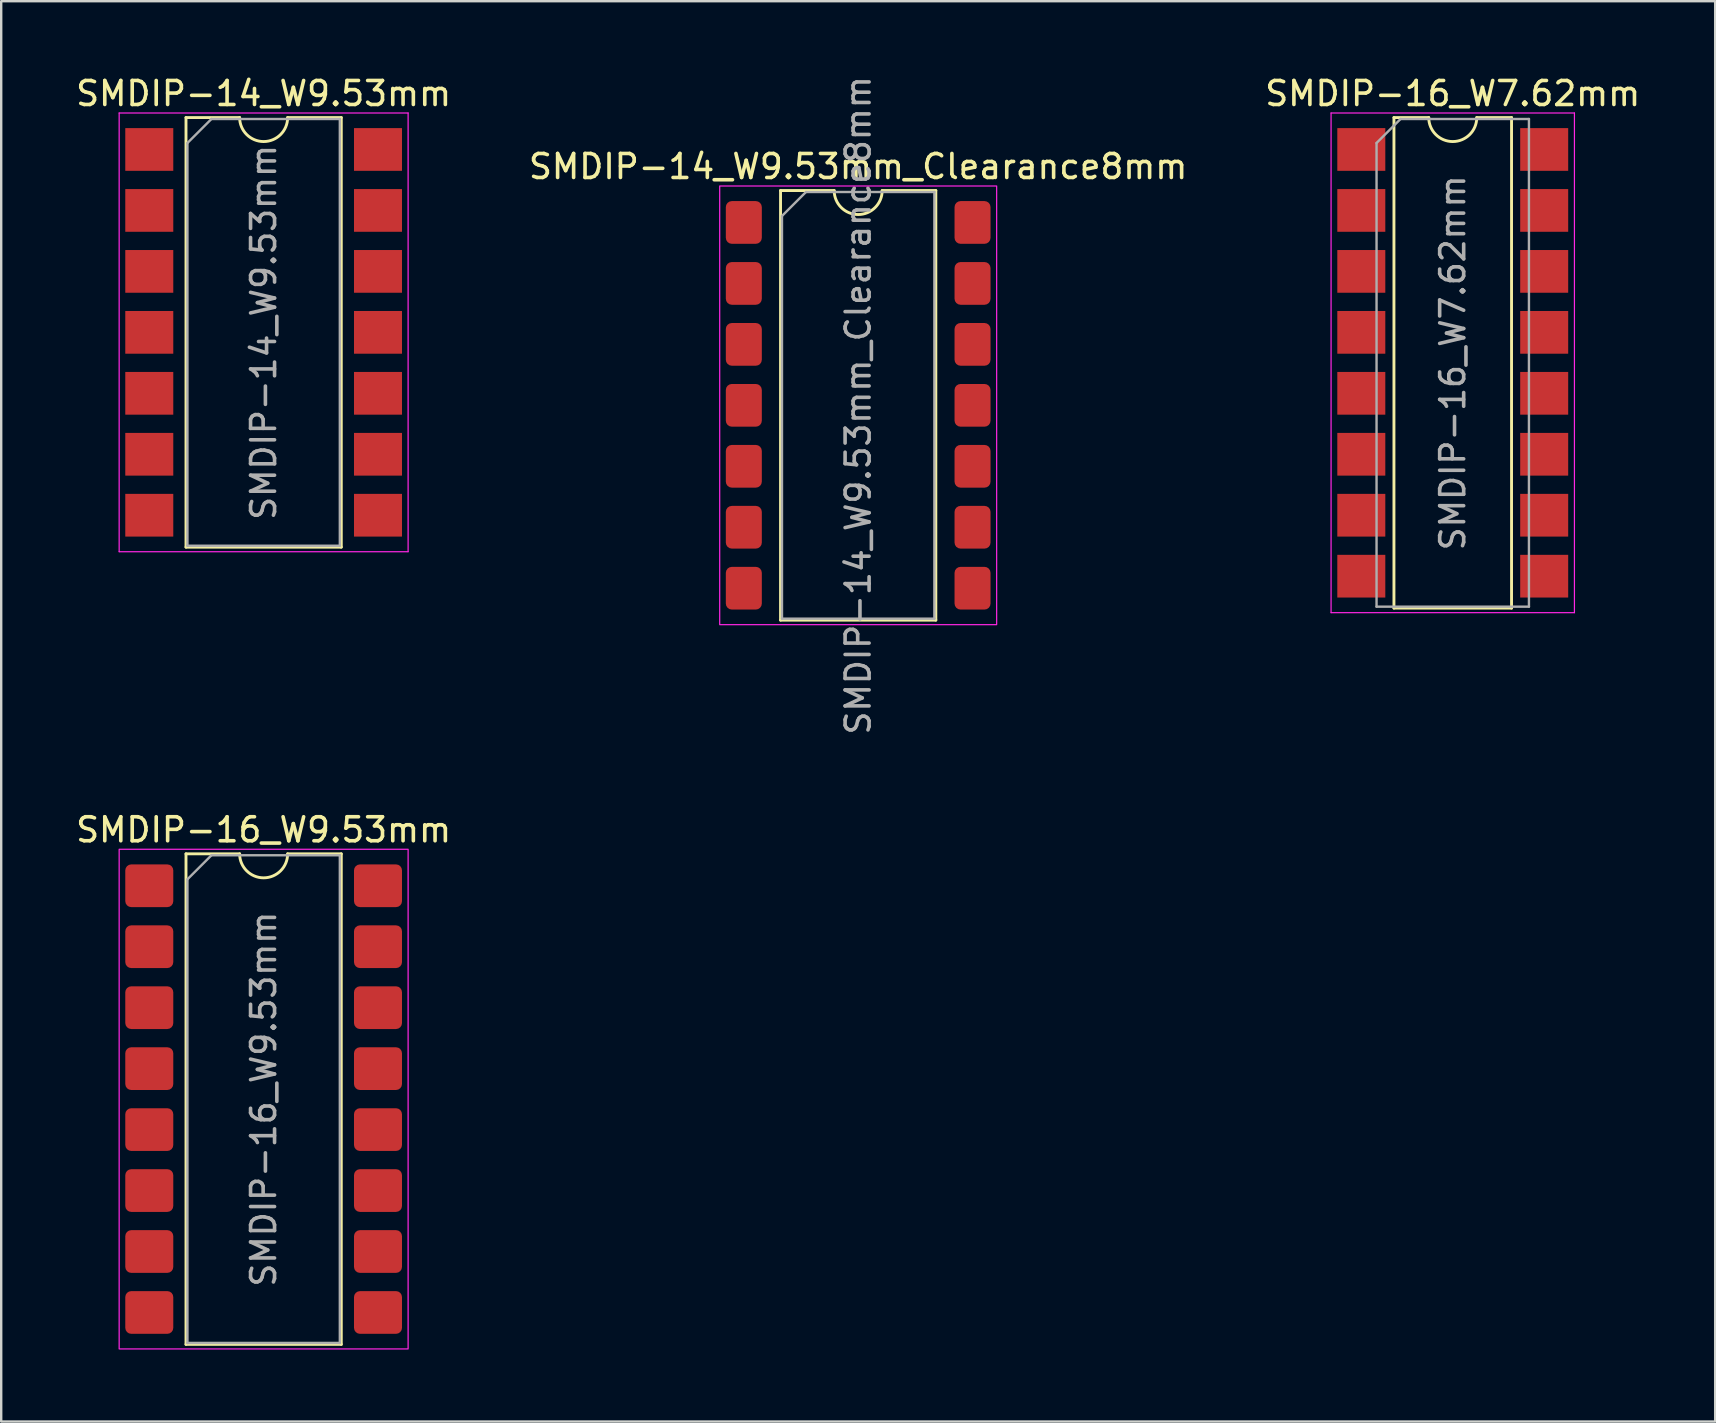
<source format=kicad_pcb>
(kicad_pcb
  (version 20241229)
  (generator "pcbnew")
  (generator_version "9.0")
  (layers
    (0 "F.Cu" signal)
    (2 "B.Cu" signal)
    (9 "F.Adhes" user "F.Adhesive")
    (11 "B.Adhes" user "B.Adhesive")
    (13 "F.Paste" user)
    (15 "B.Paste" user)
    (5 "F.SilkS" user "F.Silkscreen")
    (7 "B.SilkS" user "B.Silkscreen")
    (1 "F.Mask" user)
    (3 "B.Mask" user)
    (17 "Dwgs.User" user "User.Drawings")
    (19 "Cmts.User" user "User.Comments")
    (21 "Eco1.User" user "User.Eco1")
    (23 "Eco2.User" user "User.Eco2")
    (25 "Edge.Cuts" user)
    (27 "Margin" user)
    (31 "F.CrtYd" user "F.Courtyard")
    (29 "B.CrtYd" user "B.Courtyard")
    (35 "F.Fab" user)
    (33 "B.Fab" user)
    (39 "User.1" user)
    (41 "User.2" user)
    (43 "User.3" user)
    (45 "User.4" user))
  (footprint "SMDIP-16_W9.53mm"
    (layer "F.Cu")
    (at 7.935 42.747)
    (property "Reference" "SMDIP-16_W9.53mm" (at 0 -11.22 0) (layer "F.SilkS") (effects (font (size 1 1) (thickness 0.15))))
    (attr smd)
    (fp_line (start -3.235 -10.22) (end -3.235 10.22) (stroke (width 0.12) (type solid)) (layer "F.SilkS"))
    (fp_line (start -3.235 10.22) (end 3.235 10.22) (stroke (width 0.12) (type solid)) (layer "F.SilkS"))
    (fp_line (start -1 -10.22) (end -3.235 -10.22) (stroke (width 0.12) (type solid)) (layer "F.SilkS"))
    (fp_line (start 3.235 -10.22) (end 1 -10.22) (stroke (width 0.12) (type solid)) (layer "F.SilkS"))
    (fp_line (start 3.235 10.22) (end 3.235 -10.22) (stroke (width 0.12) (type solid)) (layer "F.SilkS"))
    (fp_arc (start 1 -10.22) (mid 0 -9.22) (end -1 -10.22) (stroke (width 0.12) (type solid)) (layer "F.SilkS"))
    (fp_rect (start -6.02 -10.41) (end 6.02 10.41) (stroke (width 0.05) (type solid)) (fill no) (layer "F.CrtYd"))
    (fp_line (start -3.175 -9.16) (end -2.175 -10.16) (stroke (width 0.1) (type solid)) (layer "F.Fab"))
    (fp_line (start -3.175 10.16) (end -3.175 -9.16) (stroke (width 0.1) (type solid)) (layer "F.Fab"))
    (fp_line (start -2.175 -10.16) (end 3.175 -10.16) (stroke (width 0.1) (type solid)) (layer "F.Fab"))
    (fp_line (start 3.175 -10.16) (end 3.175 10.16) (stroke (width 0.1) (type solid)) (layer "F.Fab"))
    (fp_line (start 3.175 10.16) (end -3.175 10.16) (stroke (width 0.1) (type solid)) (layer "F.Fab"))
    (fp_text user "${REFERENCE}" (at 0 0 90) (layer "F.Fab") (effects (font (size 1 1) (thickness 0.15))))
    (pad "1" smd roundrect (at -4.765 -8.89) (size 2 1.78) (layers "F.Cu" "F.Mask" "F.Paste") (roundrect_rratio 0.14))
    (pad "2" smd roundrect (at -4.765 -6.35) (size 2 1.78) (layers "F.Cu" "F.Mask" "F.Paste") (roundrect_rratio 0.14))
    (pad "3" smd roundrect (at -4.765 -3.81) (size 2 1.78) (layers "F.Cu" "F.Mask" "F.Paste") (roundrect_rratio 0.14))
    (pad "4" smd roundrect (at -4.765 -1.27) (size 2 1.78) (layers "F.Cu" "F.Mask" "F.Paste") (roundrect_rratio 0.14))
    (pad "5" smd roundrect (at -4.765 1.27) (size 2 1.78) (layers "F.Cu" "F.Mask" "F.Paste") (roundrect_rratio 0.14))
    (pad "6" smd roundrect (at -4.765 3.81) (size 2 1.78) (layers "F.Cu" "F.Mask" "F.Paste") (roundrect_rratio 0.14))
    (pad "7" smd roundrect (at -4.765 6.35) (size 2 1.78) (layers "F.Cu" "F.Mask" "F.Paste") (roundrect_rratio 0.14))
    (pad "8" smd roundrect (at -4.765 8.89) (size 2 1.78) (layers "F.Cu" "F.Mask" "F.Paste") (roundrect_rratio 0.14))
    (pad "9" smd roundrect (at 4.765 8.89) (size 2 1.78) (layers "F.Cu" "F.Mask" "F.Paste") (roundrect_rratio 0.14))
    (pad "10" smd roundrect (at 4.765 6.35) (size 2 1.78) (layers "F.Cu" "F.Mask" "F.Paste") (roundrect_rratio 0.14))
    (pad "11" smd roundrect (at 4.765 3.81) (size 2 1.78) (layers "F.Cu" "F.Mask" "F.Paste") (roundrect_rratio 0.14))
    (pad "12" smd roundrect (at 4.765 1.27) (size 2 1.78) (layers "F.Cu" "F.Mask" "F.Paste") (roundrect_rratio 0.14))
    (pad "13" smd roundrect (at 4.765 -1.27) (size 2 1.78) (layers "F.Cu" "F.Mask" "F.Paste") (roundrect_rratio 0.14))
    (pad "14" smd roundrect (at 4.765 -3.81) (size 2 1.78) (layers "F.Cu" "F.Mask" "F.Paste") (roundrect_rratio 0.14))
    (pad "15" smd roundrect (at 4.765 -6.35) (size 2 1.78) (layers "F.Cu" "F.Mask" "F.Paste") (roundrect_rratio 0.14))
    (pad "16" smd roundrect (at 4.765 -8.89) (size 2 1.78) (layers "F.Cu" "F.Mask" "F.Paste") (roundrect_rratio 0.14)))
  (footprint "SMDIP-14_W9.53mm"
    (layer "F.Cu")
    (at 7.935 10.798)
    (property "Reference" "SMDIP-14_W9.53mm" (at 0 -9.95 0) (layer "F.SilkS") (effects (font (size 1 1) (thickness 0.15))))
    (attr smd)
    (fp_line (start -3.235 -8.95) (end -3.235 8.95) (stroke (width 0.12) (type solid)) (layer "F.SilkS"))
    (fp_line (start -3.235 8.95) (end 3.235 8.95) (stroke (width 0.12) (type solid)) (layer "F.SilkS"))
    (fp_line (start -1 -8.95) (end -3.235 -8.95) (stroke (width 0.12) (type solid)) (layer "F.SilkS"))
    (fp_line (start 3.235 -8.95) (end 1 -8.95) (stroke (width 0.12) (type solid)) (layer "F.SilkS"))
    (fp_line (start 3.235 8.95) (end 3.235 -8.95) (stroke (width 0.12) (type solid)) (layer "F.SilkS"))
    (fp_arc (start 1 -8.95) (mid 0 -7.95) (end -1 -8.95) (stroke (width 0.12) (type solid)) (layer "F.SilkS"))
    (fp_line (start -6.02 -9.14) (end -6.02 9.14) (stroke (width 0.05) (type solid)) (layer "F.CrtYd"))
    (fp_line (start -6.02 9.14) (end 6.02 9.14) (stroke (width 0.05) (type solid)) (layer "F.CrtYd"))
    (fp_line (start 6.02 -9.14) (end -6.02 -9.14) (stroke (width 0.05) (type solid)) (layer "F.CrtYd"))
    (fp_line (start 6.02 9.14) (end 6.02 -9.14) (stroke (width 0.05) (type solid)) (layer "F.CrtYd"))
    (fp_line (start -3.175 -7.89) (end -2.175 -8.89) (stroke (width 0.1) (type solid)) (layer "F.Fab"))
    (fp_line (start -3.175 8.89) (end -3.175 -7.89) (stroke (width 0.1) (type solid)) (layer "F.Fab"))
    (fp_line (start -2.175 -8.89) (end 3.175 -8.89) (stroke (width 0.1) (type solid)) (layer "F.Fab"))
    (fp_line (start 3.175 -8.89) (end 3.175 8.89) (stroke (width 0.1) (type solid)) (layer "F.Fab"))
    (fp_line (start 3.175 8.89) (end -3.175 8.89) (stroke (width 0.1) (type solid)) (layer "F.Fab"))
    (fp_text user "${REFERENCE}" (at 0 0 90) (layer "F.Fab") (effects (font (size 1 1) (thickness 0.15))))
    (pad "1" smd rect (at -4.765 -7.62) (size 2 1.78) (layers "F.Cu" "F.Mask" "F.Paste"))
    (pad "2" smd rect (at -4.765 -5.08) (size 2 1.78) (layers "F.Cu" "F.Mask" "F.Paste"))
    (pad "3" smd rect (at -4.765 -2.54) (size 2 1.78) (layers "F.Cu" "F.Mask" "F.Paste"))
    (pad "4" smd rect (at -4.765 0) (size 2 1.78) (layers "F.Cu" "F.Mask" "F.Paste"))
    (pad "5" smd rect (at -4.765 2.54) (size 2 1.78) (layers "F.Cu" "F.Mask" "F.Paste"))
    (pad "6" smd rect (at -4.765 5.08) (size 2 1.78) (layers "F.Cu" "F.Mask" "F.Paste"))
    (pad "7" smd rect (at -4.765 7.62) (size 2 1.78) (layers "F.Cu" "F.Mask" "F.Paste"))
    (pad "8" smd rect (at 4.765 7.62) (size 2 1.78) (layers "F.Cu" "F.Mask" "F.Paste"))
    (pad "9" smd rect (at 4.765 5.08) (size 2 1.78) (layers "F.Cu" "F.Mask" "F.Paste"))
    (pad "10" smd rect (at 4.765 2.54) (size 2 1.78) (layers "F.Cu" "F.Mask" "F.Paste"))
    (pad "11" smd rect (at 4.765 0) (size 2 1.78) (layers "F.Cu" "F.Mask" "F.Paste"))
    (pad "12" smd rect (at 4.765 -2.54) (size 2 1.78) (layers "F.Cu" "F.Mask" "F.Paste"))
    (pad "13" smd rect (at 4.765 -5.08) (size 2 1.78) (layers "F.Cu" "F.Mask" "F.Paste"))
    (pad "14" smd rect (at 4.765 -7.62) (size 2 1.78) (layers "F.Cu" "F.Mask" "F.Paste")))
  (footprint "SMDIP-14_W9.53mm_Clearance8mm"
    (layer "F.Cu")
    (at 32.708 13.839)
    (property "Reference" "SMDIP-14_W9.53mm_Clearance8mm" (at 0 -9.95 0) (layer "F.SilkS") (effects (font (size 1 1) (thickness 0.15))))
    (attr smd)
    (fp_line (start -3.235 -8.95) (end -3.235 8.95) (stroke (width 0.12) (type solid)) (layer "F.SilkS"))
    (fp_line (start -3.235 8.95) (end 3.235 8.95) (stroke (width 0.12) (type solid)) (layer "F.SilkS"))
    (fp_line (start -1 -8.95) (end -3.235 -8.95) (stroke (width 0.12) (type solid)) (layer "F.SilkS"))
    (fp_line (start 3.235 -8.95) (end 1 -8.95) (stroke (width 0.12) (type solid)) (layer "F.SilkS"))
    (fp_line (start 3.235 8.95) (end 3.235 -8.95) (stroke (width 0.12) (type solid)) (layer "F.SilkS"))
    (fp_arc (start 1 -8.95) (mid 0 -7.95) (end -1 -8.95) (stroke (width 0.12) (type solid)) (layer "F.SilkS"))
    (fp_rect (start -5.77 -9.14) (end 5.77 9.14) (stroke (width 0.05) (type solid)) (fill no) (layer "F.CrtYd"))
    (fp_line (start -3.175 -7.89) (end -2.175 -8.89) (stroke (width 0.1) (type solid)) (layer "F.Fab"))
    (fp_line (start -3.175 8.89) (end -3.175 -7.89) (stroke (width 0.1) (type solid)) (layer "F.Fab"))
    (fp_line (start -2.175 -8.89) (end 3.175 -8.89) (stroke (width 0.1) (type solid)) (layer "F.Fab"))
    (fp_line (start 3.175 -8.89) (end 3.175 8.89) (stroke (width 0.1) (type solid)) (layer "F.Fab"))
    (fp_line (start 3.175 8.89) (end -3.175 8.89) (stroke (width 0.1) (type solid)) (layer "F.Fab"))
    (fp_text user "${REFERENCE}" (at 0 0 90) (layer "F.Fab") (effects (font (size 1 1) (thickness 0.15))))
    (pad "1" smd roundrect (at -4.765 -7.62) (size 1.5 1.78) (layers "F.Cu" "F.Mask" "F.Paste") (roundrect_rratio 0.167))
    (pad "2" smd roundrect (at -4.765 -5.08) (size 1.5 1.78) (layers "F.Cu" "F.Mask" "F.Paste") (roundrect_rratio 0.167))
    (pad "3" smd roundrect (at -4.765 -2.54) (size 1.5 1.78) (layers "F.Cu" "F.Mask" "F.Paste") (roundrect_rratio 0.167))
    (pad "4" smd roundrect (at -4.765 0) (size 1.5 1.78) (layers "F.Cu" "F.Mask" "F.Paste") (roundrect_rratio 0.167))
    (pad "5" smd roundrect (at -4.765 2.54) (size 1.5 1.78) (layers "F.Cu" "F.Mask" "F.Paste") (roundrect_rratio 0.167))
    (pad "6" smd roundrect (at -4.765 5.08) (size 1.5 1.78) (layers "F.Cu" "F.Mask" "F.Paste") (roundrect_rratio 0.167))
    (pad "7" smd roundrect (at -4.765 7.62) (size 1.5 1.78) (layers "F.Cu" "F.Mask" "F.Paste") (roundrect_rratio 0.167))
    (pad "8" smd roundrect (at 4.765 7.62) (size 1.5 1.78) (layers "F.Cu" "F.Mask" "F.Paste") (roundrect_rratio 0.167))
    (pad "9" smd roundrect (at 4.765 5.08) (size 1.5 1.78) (layers "F.Cu" "F.Mask" "F.Paste") (roundrect_rratio 0.167))
    (pad "10" smd roundrect (at 4.765 2.54) (size 1.5 1.78) (layers "F.Cu" "F.Mask" "F.Paste") (roundrect_rratio 0.167))
    (pad "11" smd roundrect (at 4.765 0) (size 1.5 1.78) (layers "F.Cu" "F.Mask" "F.Paste") (roundrect_rratio 0.167))
    (pad "12" smd roundrect (at 4.765 -2.54) (size 1.5 1.78) (layers "F.Cu" "F.Mask" "F.Paste") (roundrect_rratio 0.167))
    (pad "13" smd roundrect (at 4.765 -5.08) (size 1.5 1.78) (layers "F.Cu" "F.Mask" "F.Paste") (roundrect_rratio 0.167))
    (pad "14" smd roundrect (at 4.765 -7.62) (size 1.5 1.78) (layers "F.Cu" "F.Mask" "F.Paste") (roundrect_rratio 0.167)))
  (footprint "SMDIP-16_W7.62mm"
    (layer "F.Cu")
    (at 57.482 12.068)
    (property "Reference" "SMDIP-16_W7.62mm" (at 0 -11.22 0) (layer "F.SilkS") (effects (font (size 1 1) (thickness 0.15))))
    (attr smd)
    (fp_line (start -2.45 -10.22) (end -2.45 10.22) (stroke (width 0.12) (type solid)) (layer "F.SilkS"))
    (fp_line (start -2.45 10.22) (end 2.45 10.22) (stroke (width 0.12) (type solid)) (layer "F.SilkS"))
    (fp_line (start -1 -10.22) (end -2.45 -10.22) (stroke (width 0.12) (type solid)) (layer "F.SilkS"))
    (fp_line (start 2.45 -10.22) (end 1 -10.22) (stroke (width 0.12) (type solid)) (layer "F.SilkS"))
    (fp_line (start 2.45 10.22) (end 2.45 -10.22) (stroke (width 0.12) (type solid)) (layer "F.SilkS"))
    (fp_arc (start 1 -10.22) (mid 0 -9.22) (end -1 -10.22) (stroke (width 0.12) (type solid)) (layer "F.SilkS"))
    (fp_line (start -5.07 -10.41) (end -5.07 10.41) (stroke (width 0.05) (type solid)) (layer "F.CrtYd"))
    (fp_line (start -5.07 10.41) (end 5.07 10.41) (stroke (width 0.05) (type solid)) (layer "F.CrtYd"))
    (fp_line (start 5.07 -10.41) (end -5.07 -10.41) (stroke (width 0.05) (type solid)) (layer "F.CrtYd"))
    (fp_line (start 5.07 10.41) (end 5.07 -10.41) (stroke (width 0.05) (type solid)) (layer "F.CrtYd"))
    (fp_line (start -3.175 -9.16) (end -2.175 -10.16) (stroke (width 0.1) (type solid)) (layer "F.Fab"))
    (fp_line (start -3.175 10.16) (end -3.175 -9.16) (stroke (width 0.1) (type solid)) (layer "F.Fab"))
    (fp_line (start -2.175 -10.16) (end 3.175 -10.16) (stroke (width 0.1) (type solid)) (layer "F.Fab"))
    (fp_line (start 3.175 -10.16) (end 3.175 10.16) (stroke (width 0.1) (type solid)) (layer "F.Fab"))
    (fp_line (start 3.175 10.16) (end -3.175 10.16) (stroke (width 0.1) (type solid)) (layer "F.Fab"))
    (fp_text user "${REFERENCE}" (at 0 0 90) (layer "F.Fab") (effects (font (size 1 1) (thickness 0.15))))
    (pad "1" smd rect (at -3.81 -8.89) (size 2 1.78) (layers "F.Cu" "F.Mask" "F.Paste"))
    (pad "2" smd rect (at -3.81 -6.35) (size 2 1.78) (layers "F.Cu" "F.Mask" "F.Paste"))
    (pad "3" smd rect (at -3.81 -3.81) (size 2 1.78) (layers "F.Cu" "F.Mask" "F.Paste"))
    (pad "4" smd rect (at -3.81 -1.27) (size 2 1.78) (layers "F.Cu" "F.Mask" "F.Paste"))
    (pad "5" smd rect (at -3.81 1.27) (size 2 1.78) (layers "F.Cu" "F.Mask" "F.Paste"))
    (pad "6" smd rect (at -3.81 3.81) (size 2 1.78) (layers "F.Cu" "F.Mask" "F.Paste"))
    (pad "7" smd rect (at -3.81 6.35) (size 2 1.78) (layers "F.Cu" "F.Mask" "F.Paste"))
    (pad "8" smd rect (at -3.81 8.89) (size 2 1.78) (layers "F.Cu" "F.Mask" "F.Paste"))
    (pad "9" smd rect (at 3.81 8.89) (size 2 1.78) (layers "F.Cu" "F.Mask" "F.Paste"))
    (pad "10" smd rect (at 3.81 6.35) (size 2 1.78) (layers "F.Cu" "F.Mask" "F.Paste"))
    (pad "11" smd rect (at 3.81 3.81) (size 2 1.78) (layers "F.Cu" "F.Mask" "F.Paste"))
    (pad "12" smd rect (at 3.81 1.27) (size 2 1.78) (layers "F.Cu" "F.Mask" "F.Paste"))
    (pad "13" smd rect (at 3.81 -1.27) (size 2 1.78) (layers "F.Cu" "F.Mask" "F.Paste"))
    (pad "14" smd rect (at 3.81 -3.81) (size 2 1.78) (layers "F.Cu" "F.Mask" "F.Paste"))
    (pad "15" smd rect (at 3.81 -6.35) (size 2 1.78) (layers "F.Cu" "F.Mask" "F.Paste"))
    (pad "16" smd rect (at 3.81 -8.89) (size 2 1.78) (layers "F.Cu" "F.Mask" "F.Paste")))
  (gr_rect
    (start -3 -3)
    (end 68.417 56.182)
    (stroke (width 0.1) (type default))
    (fill no)
    (layer "Edge.Cuts")))
</source>
